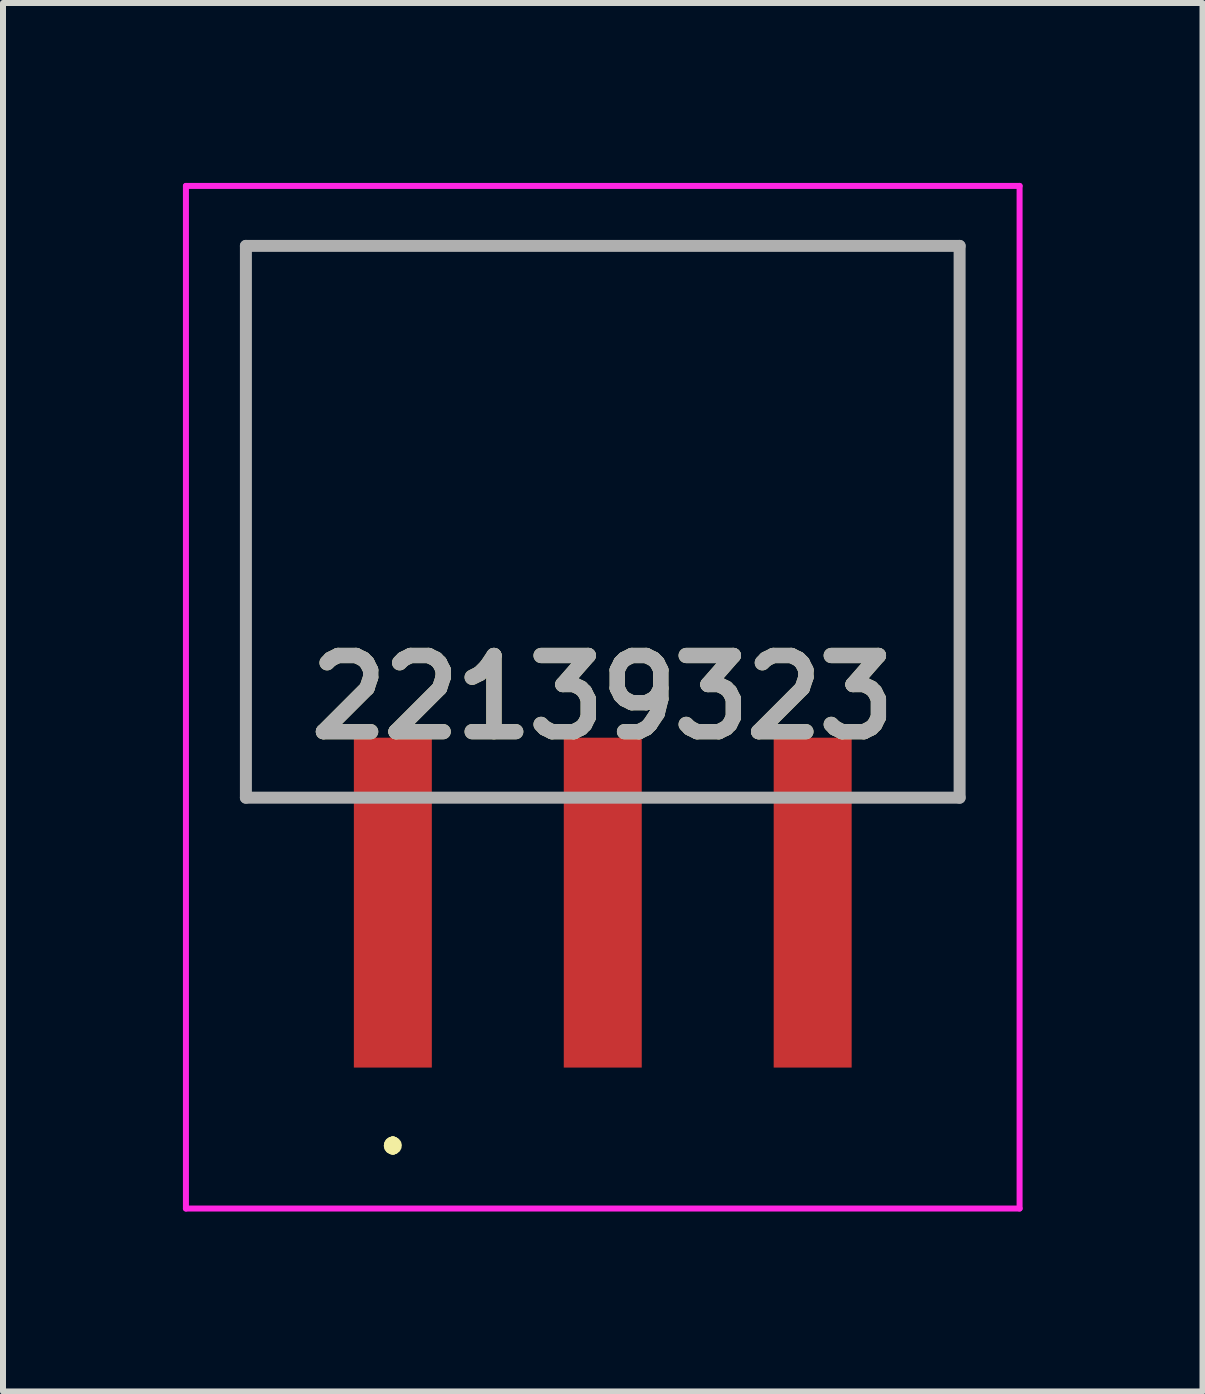
<source format=kicad_pcb>
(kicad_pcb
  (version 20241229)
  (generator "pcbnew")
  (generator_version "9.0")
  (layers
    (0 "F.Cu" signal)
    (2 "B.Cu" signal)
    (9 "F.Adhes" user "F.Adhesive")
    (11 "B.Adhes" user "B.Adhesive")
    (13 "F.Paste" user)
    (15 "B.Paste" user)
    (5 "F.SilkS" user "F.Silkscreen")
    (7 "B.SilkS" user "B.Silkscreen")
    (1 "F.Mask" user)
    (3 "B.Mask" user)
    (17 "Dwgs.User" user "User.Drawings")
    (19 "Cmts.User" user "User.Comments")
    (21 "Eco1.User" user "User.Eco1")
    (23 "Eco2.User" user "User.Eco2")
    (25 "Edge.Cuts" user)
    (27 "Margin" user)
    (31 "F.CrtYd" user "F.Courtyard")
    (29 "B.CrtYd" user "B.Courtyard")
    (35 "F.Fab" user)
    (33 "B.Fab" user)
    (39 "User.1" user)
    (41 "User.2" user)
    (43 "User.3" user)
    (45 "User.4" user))
  (footprint "22139323"
    (layer "F.Cu")
    (at 7 5.65)
    (property "Reference" "22139323" (at 0 2.925 0) (layer "F.SilkS") (effects (font (size 1.27 1.27) (thickness 0.254))))
    (attr smd)
    (fp_line (start -5.95 -4.6) (end -5.95 -4.6) (stroke (width 0.1) (type solid)) (layer "F.SilkS"))
    (fp_line (start -5.95 -4.6) (end -5.95 -4.6) (stroke (width 0.1) (type solid)) (layer "F.SilkS"))
    (fp_line (start -5.95 -4.6) (end -5.95 4.6) (stroke (width 0.1) (type solid)) (layer "F.SilkS"))
    (fp_line (start -5.95 -4.6) (end 5.95 -4.6) (stroke (width 0.1) (type solid)) (layer "F.SilkS"))
    (fp_line (start -5.95 4.6) (end -5.95 -4.6) (stroke (width 0.1) (type solid)) (layer "F.SilkS"))
    (fp_line (start -5.95 4.6) (end -5.95 4.6) (stroke (width 0.1) (type solid)) (layer "F.SilkS"))
    (fp_line (start -5.95 4.6) (end -5.95 4.6) (stroke (width 0.1) (type solid)) (layer "F.SilkS"))
    (fp_line (start -5.95 4.6) (end -4.75 4.6) (stroke (width 0.1) (type solid)) (layer "F.SilkS"))
    (fp_line (start -4.75 4.6) (end -5.95 4.6) (stroke (width 0.1) (type solid)) (layer "F.SilkS"))
    (fp_line (start -4.75 4.6) (end -4.75 4.6) (stroke (width 0.1) (type solid)) (layer "F.SilkS"))
    (fp_line (start -3.5 10.35) (end -3.5 10.35) (stroke (width 0.2) (type solid)) (layer "F.SilkS"))
    (fp_line (start -3.5 10.35) (end -3.5 10.35) (stroke (width 0.2) (type solid)) (layer "F.SilkS"))
    (fp_line (start -3.5 10.45) (end -3.5 10.45) (stroke (width 0.2) (type solid)) (layer "F.SilkS"))
    (fp_line (start -2.25 4.6) (end -2.25 4.6) (stroke (width 0.1) (type solid)) (layer "F.SilkS"))
    (fp_line (start -2.25 4.6) (end -1.25 4.6) (stroke (width 0.1) (type solid)) (layer "F.SilkS"))
    (fp_line (start -1.25 4.6) (end -2.25 4.6) (stroke (width 0.1) (type solid)) (layer "F.SilkS"))
    (fp_line (start -1.25 4.6) (end -1.25 4.6) (stroke (width 0.1) (type solid)) (layer "F.SilkS"))
    (fp_line (start 1.25 4.6) (end 1.25 4.6) (stroke (width 0.1) (type solid)) (layer "F.SilkS"))
    (fp_line (start 1.25 4.6) (end 2.25 4.6) (stroke (width 0.1) (type solid)) (layer "F.SilkS"))
    (fp_line (start 2.25 4.6) (end 1.25 4.6) (stroke (width 0.1) (type solid)) (layer "F.SilkS"))
    (fp_line (start 2.25 4.6) (end 2.25 4.6) (stroke (width 0.1) (type solid)) (layer "F.SilkS"))
    (fp_line (start 4.75 4.6) (end 4.75 4.6) (stroke (width 0.1) (type solid)) (layer "F.SilkS"))
    (fp_line (start 4.75 4.6) (end 5.95 4.6) (stroke (width 0.1) (type solid)) (layer "F.SilkS"))
    (fp_line (start 5.95 -4.6) (end -5.95 -4.6) (stroke (width 0.1) (type solid)) (layer "F.SilkS"))
    (fp_line (start 5.95 -4.6) (end 5.95 -4.6) (stroke (width 0.1) (type solid)) (layer "F.SilkS"))
    (fp_line (start 5.95 -4.6) (end 5.95 -4.6) (stroke (width 0.1) (type solid)) (layer "F.SilkS"))
    (fp_line (start 5.95 -4.6) (end 5.95 4.6) (stroke (width 0.1) (type solid)) (layer "F.SilkS"))
    (fp_line (start 5.95 4.6) (end 4.75 4.6) (stroke (width 0.1) (type solid)) (layer "F.SilkS"))
    (fp_line (start 5.95 4.6) (end 5.95 -4.6) (stroke (width 0.1) (type solid)) (layer "F.SilkS"))
    (fp_line (start 5.95 4.6) (end 5.95 4.6) (stroke (width 0.1) (type solid)) (layer "F.SilkS"))
    (fp_line (start 5.95 4.6) (end 5.95 4.6) (stroke (width 0.1) (type solid)) (layer "F.SilkS"))
    (fp_arc (start -3.5 10.35) (mid -3.45 10.4) (end -3.5 10.45) (stroke (width 0.2) (type solid)) (layer "F.SilkS"))
    (fp_arc (start -3.5 10.45) (mid -3.55 10.4) (end -3.5 10.35) (stroke (width 0.2) (type solid)) (layer "F.SilkS"))
    (fp_arc (start -3.5 10.45) (mid -3.55 10.4) (end -3.5 10.35) (stroke (width 0.2) (type solid)) (layer "F.SilkS"))
    (fp_line (start -6.95 -5.6) (end 6.95 -5.6) (stroke (width 0.1) (type solid)) (layer "F.CrtYd"))
    (fp_line (start -6.95 11.45) (end -6.95 -5.6) (stroke (width 0.1) (type solid)) (layer "F.CrtYd"))
    (fp_line (start 6.95 -5.6) (end 6.95 11.45) (stroke (width 0.1) (type solid)) (layer "F.CrtYd"))
    (fp_line (start 6.95 11.45) (end -6.95 11.45) (stroke (width 0.1) (type solid)) (layer "F.CrtYd"))
    (fp_line (start -5.95 -4.6) (end -5.95 4.6) (stroke (width 0.2) (type solid)) (layer "F.Fab"))
    (fp_line (start -5.95 4.6) (end 5.95 4.6) (stroke (width 0.2) (type solid)) (layer "F.Fab"))
    (fp_line (start 5.95 -4.6) (end -5.95 -4.6) (stroke (width 0.2) (type solid)) (layer "F.Fab"))
    (fp_line (start 5.95 4.6) (end 5.95 -4.6) (stroke (width 0.2) (type solid)) (layer "F.Fab"))
    (fp_text user "${REFERENCE}" (at 0 2.925 0) (layer "F.Fab") (effects (font (size 1.27 1.27) (thickness 0.254))))
    (pad "1" smd rect (at -3.5 6.35) (size 1.3 5.5) (layers "F.Cu" "F.Mask" "F.Paste"))
    (pad "2" smd rect (at 0 6.35) (size 1.3 5.5) (layers "F.Cu" "F.Mask" "F.Paste"))
    (pad "3" smd rect (at 3.5 6.35) (size 1.3 5.5) (layers "F.Cu" "F.Mask" "F.Paste")))
  (gr_rect
    (start -3 -3)
    (end 17 20.15)
    (stroke (width 0.1) (type default))
    (fill no)
    (layer "Edge.Cuts")))
</source>
